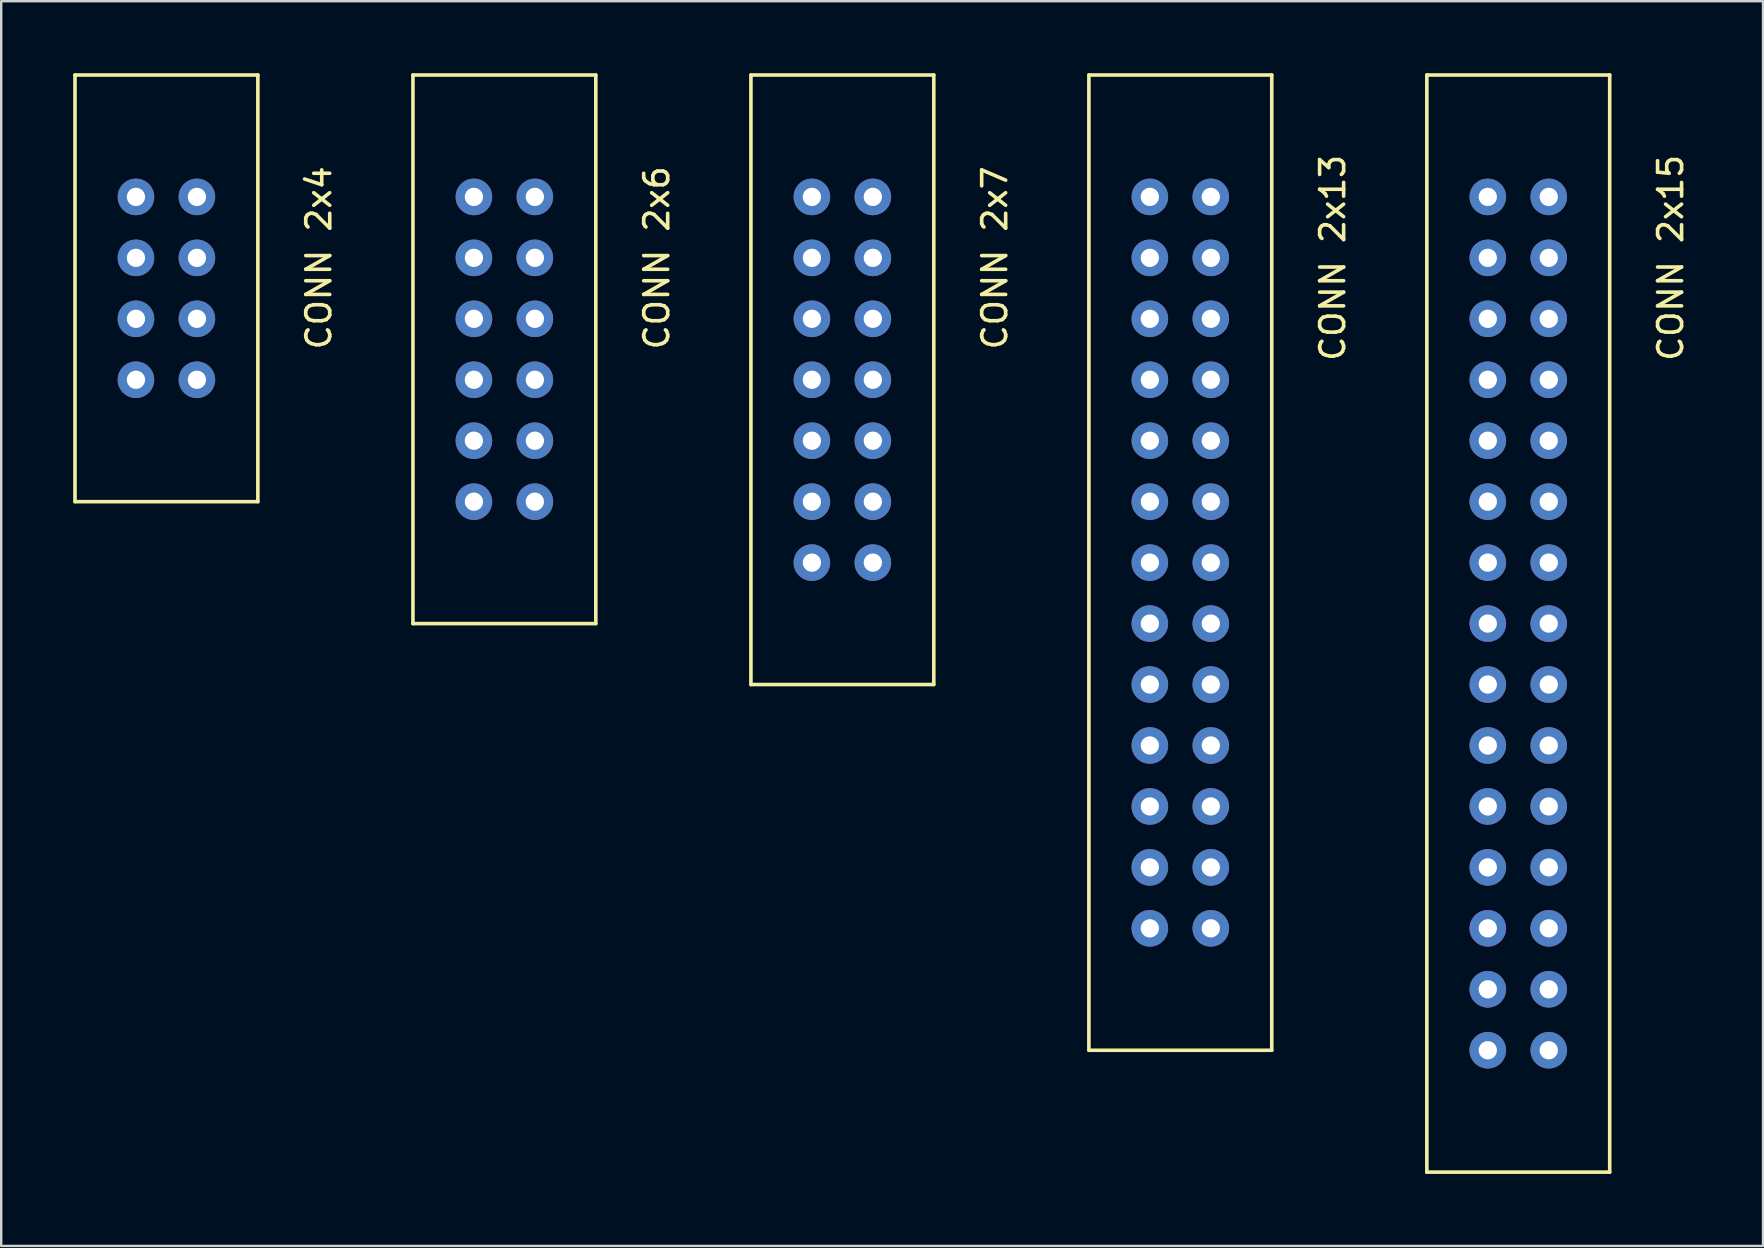
<source format=kicad_pcb>
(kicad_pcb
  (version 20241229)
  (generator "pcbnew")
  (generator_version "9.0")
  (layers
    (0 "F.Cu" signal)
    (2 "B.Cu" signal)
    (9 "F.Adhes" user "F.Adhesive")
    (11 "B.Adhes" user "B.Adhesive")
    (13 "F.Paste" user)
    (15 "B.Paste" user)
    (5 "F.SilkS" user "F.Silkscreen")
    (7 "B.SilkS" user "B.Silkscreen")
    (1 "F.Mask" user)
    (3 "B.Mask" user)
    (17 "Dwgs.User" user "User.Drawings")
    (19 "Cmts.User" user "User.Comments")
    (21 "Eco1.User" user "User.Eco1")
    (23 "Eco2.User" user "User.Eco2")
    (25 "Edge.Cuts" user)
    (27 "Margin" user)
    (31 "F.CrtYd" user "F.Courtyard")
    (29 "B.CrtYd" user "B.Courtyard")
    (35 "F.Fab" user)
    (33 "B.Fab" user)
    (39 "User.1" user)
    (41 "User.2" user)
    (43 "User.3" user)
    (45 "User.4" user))
  (footprint "CONN 2x7"
    (layer "F.Cu")
    (at 33.322 2.615)
    (property "Reference" "CONN 2x7" (at 5.08 5.08 90) (layer "F.SilkS") (effects (font (size 1 1) (thickness 0.15))))
    (attr through_hole)
    (fp_line (start -5.08 -2.54) (end 2.54 -2.54) (stroke (width 0.15) (type solid)) (layer "F.SilkS"))
    (fp_line (start -5.08 22.86) (end -5.08 -2.54) (stroke (width 0.15) (type solid)) (layer "F.SilkS"))
    (fp_line (start 2.54 -2.54) (end 2.54 22.86) (stroke (width 0.15) (type solid)) (layer "F.SilkS"))
    (fp_line (start 2.54 22.86) (end -5.08 22.86) (stroke (width 0.15) (type solid)) (layer "F.SilkS"))
    (pad "1" thru_hole circle (at -2.54 2.54) (size 1.524 1.524) (drill 0.762) (layers "*.Cu" "*.Mask"))
    (pad "2" thru_hole circle (at 0 2.54) (size 1.524 1.524) (drill 0.762) (layers "*.Cu" "*.Mask"))
    (pad "3" thru_hole circle (at -2.54 5.08) (size 1.524 1.524) (drill 0.762) (layers "*.Cu" "*.Mask"))
    (pad "4" thru_hole circle (at 0 5.08) (size 1.524 1.524) (drill 0.762) (layers "*.Cu" "*.Mask"))
    (pad "5" thru_hole circle (at -2.54 7.62) (size 1.524 1.524) (drill 0.762) (layers "*.Cu" "*.Mask"))
    (pad "6" thru_hole circle (at 0 7.62) (size 1.524 1.524) (drill 0.762) (layers "*.Cu" "*.Mask"))
    (pad "7" thru_hole circle (at -2.54 10.16) (size 1.524 1.524) (drill 0.762) (layers "*.Cu" "*.Mask"))
    (pad "8" thru_hole circle (at 0 10.16) (size 1.524 1.524) (drill 0.762) (layers "*.Cu" "*.Mask"))
    (pad "9" thru_hole circle (at -2.54 12.7) (size 1.524 1.524) (drill 0.762) (layers "*.Cu" "*.Mask"))
    (pad "10" thru_hole circle (at 0 12.7) (size 1.524 1.524) (drill 0.762) (layers "*.Cu" "*.Mask"))
    (pad "11" thru_hole circle (at -2.54 15.24) (size 1.524 1.524) (drill 0.762) (layers "*.Cu" "*.Mask"))
    (pad "12" thru_hole circle (at 0 15.24) (size 1.524 1.524) (drill 0.762) (layers "*.Cu" "*.Mask"))
    (pad "13" thru_hole circle (at -2.54 17.78) (size 1.524 1.524) (drill 0.762) (layers "*.Cu" "*.Mask"))
    (pad "14" thru_hole circle (at 0 17.78) (size 1.524 1.524) (drill 0.762) (layers "*.Cu" "*.Mask")))
  (footprint "CONN 2x4"
    (layer "F.Cu")
    (at 2.615 5.155)
    (property "Reference" "CONN 2x4" (at 7.62 2.54 90) (layer "F.SilkS") (effects (font (size 1 1) (thickness 0.15))))
    (attr through_hole)
    (fp_line (start -2.54 -5.08) (end 5.08 -5.08) (stroke (width 0.15) (type solid)) (layer "F.SilkS"))
    (fp_line (start -2.54 12.7) (end -2.54 -5.08) (stroke (width 0.15) (type solid)) (layer "F.SilkS"))
    (fp_line (start 5.08 -5.08) (end 5.08 12.7) (stroke (width 0.15) (type solid)) (layer "F.SilkS"))
    (fp_line (start 5.08 12.7) (end -2.54 12.7) (stroke (width 0.15) (type solid)) (layer "F.SilkS"))
    (pad "1" thru_hole circle (at 0 0) (size 1.524 1.524) (drill 0.762) (layers "*.Cu" "*.Mask"))
    (pad "2" thru_hole circle (at 2.54 0) (size 1.524 1.524) (drill 0.762) (layers "*.Cu" "*.Mask"))
    (pad "3" thru_hole circle (at 0 2.54) (size 1.524 1.524) (drill 0.762) (layers "*.Cu" "*.Mask"))
    (pad "4" thru_hole circle (at 2.54 2.54) (size 1.524 1.524) (drill 0.762) (layers "*.Cu" "*.Mask"))
    (pad "5" thru_hole circle (at 0 5.08) (size 1.524 1.524) (drill 0.762) (layers "*.Cu" "*.Mask"))
    (pad "6" thru_hole circle (at 2.54 5.08) (size 1.524 1.524) (drill 0.762) (layers "*.Cu" "*.Mask"))
    (pad "7" thru_hole circle (at 0 7.62) (size 1.524 1.524) (drill 0.762) (layers "*.Cu" "*.Mask"))
    (pad "8" thru_hole circle (at 2.54 7.62) (size 1.524 1.524) (drill 0.762) (layers "*.Cu" "*.Mask")))
  (footprint "CONN 2x6"
    (layer "F.Cu")
    (at 19.238 2.615)
    (property "Reference" "CONN 2x6" (at 5.08 5.08 90) (layer "F.SilkS") (effects (font (size 1 1) (thickness 0.15))))
    (attr through_hole)
    (fp_line (start -5.08 -2.54) (end 2.54 -2.54) (stroke (width 0.15) (type solid)) (layer "F.SilkS"))
    (fp_line (start -5.08 20.32) (end -5.08 -2.54) (stroke (width 0.15) (type solid)) (layer "F.SilkS"))
    (fp_line (start 2.54 -2.54) (end 2.54 20.32) (stroke (width 0.15) (type solid)) (layer "F.SilkS"))
    (fp_line (start 2.54 20.32) (end -5.08 20.32) (stroke (width 0.15) (type solid)) (layer "F.SilkS"))
    (pad "1" thru_hole circle (at -2.54 2.54) (size 1.524 1.524) (drill 0.762) (layers "*.Cu" "*.Mask"))
    (pad "2" thru_hole circle (at 0 2.54) (size 1.524 1.524) (drill 0.762) (layers "*.Cu" "*.Mask"))
    (pad "3" thru_hole circle (at -2.54 5.08) (size 1.524 1.524) (drill 0.762) (layers "*.Cu" "*.Mask"))
    (pad "4" thru_hole circle (at 0 5.08) (size 1.524 1.524) (drill 0.762) (layers "*.Cu" "*.Mask"))
    (pad "5" thru_hole circle (at -2.54 7.62) (size 1.524 1.524) (drill 0.762) (layers "*.Cu" "*.Mask"))
    (pad "6" thru_hole circle (at 0 7.62) (size 1.524 1.524) (drill 0.762) (layers "*.Cu" "*.Mask"))
    (pad "7" thru_hole circle (at -2.54 10.16) (size 1.524 1.524) (drill 0.762) (layers "*.Cu" "*.Mask"))
    (pad "8" thru_hole circle (at 0 10.16) (size 1.524 1.524) (drill 0.762) (layers "*.Cu" "*.Mask"))
    (pad "9" thru_hole circle (at -2.54 12.7) (size 1.524 1.524) (drill 0.762) (layers "*.Cu" "*.Mask"))
    (pad "10" thru_hole circle (at 0 12.7) (size 1.524 1.524) (drill 0.762) (layers "*.Cu" "*.Mask"))
    (pad "11" thru_hole circle (at -2.54 15.24) (size 1.524 1.524) (drill 0.762) (layers "*.Cu" "*.Mask"))
    (pad "12" thru_hole circle (at 0 15.24) (size 1.524 1.524) (drill 0.762) (layers "*.Cu" "*.Mask")))
  (footprint "CONN 2x13"
    (layer "F.Cu")
    (at 44.865 2.615)
    (property "Reference" "CONN 2x13" (at 7.62 5.08 90) (layer "F.SilkS") (effects (font (size 1 1) (thickness 0.15))))
    (attr through_hole)
    (fp_line (start -2.54 -2.54) (end 5.08 -2.54) (stroke (width 0.15) (type solid)) (layer "F.SilkS"))
    (fp_line (start -2.54 38.1) (end -2.54 -2.54) (stroke (width 0.15) (type solid)) (layer "F.SilkS"))
    (fp_line (start 5.08 -2.54) (end 5.08 38.1) (stroke (width 0.15) (type solid)) (layer "F.SilkS"))
    (fp_line (start 5.08 38.1) (end -2.54 38.1) (stroke (width 0.15) (type solid)) (layer "F.SilkS"))
    (pad "1" thru_hole circle (at 0 2.54) (size 1.524 1.524) (drill 0.762) (layers "*.Cu" "*.Mask"))
    (pad "2" thru_hole circle (at 2.54 2.54) (size 1.524 1.524) (drill 0.762) (layers "*.Cu" "*.Mask"))
    (pad "3" thru_hole circle (at 0 5.08) (size 1.524 1.524) (drill 0.762) (layers "*.Cu" "*.Mask"))
    (pad "4" thru_hole circle (at 2.54 5.08) (size 1.524 1.524) (drill 0.762) (layers "*.Cu" "*.Mask"))
    (pad "5" thru_hole circle (at 0 7.62) (size 1.524 1.524) (drill 0.762) (layers "*.Cu" "*.Mask"))
    (pad "6" thru_hole circle (at 2.54 7.62) (size 1.524 1.524) (drill 0.762) (layers "*.Cu" "*.Mask"))
    (pad "7" thru_hole circle (at 0 10.16) (size 1.524 1.524) (drill 0.762) (layers "*.Cu" "*.Mask"))
    (pad "8" thru_hole circle (at 2.54 10.16) (size 1.524 1.524) (drill 0.762) (layers "*.Cu" "*.Mask"))
    (pad "9" thru_hole circle (at 0 12.7) (size 1.524 1.524) (drill 0.762) (layers "*.Cu" "*.Mask"))
    (pad "10" thru_hole circle (at 2.54 12.7) (size 1.524 1.524) (drill 0.762) (layers "*.Cu" "*.Mask"))
    (pad "11" thru_hole circle (at 0 15.24) (size 1.524 1.524) (drill 0.762) (layers "*.Cu" "*.Mask"))
    (pad "12" thru_hole circle (at 2.54 15.24) (size 1.524 1.524) (drill 0.762) (layers "*.Cu" "*.Mask"))
    (pad "13" thru_hole circle (at 0 17.78) (size 1.524 1.524) (drill 0.762) (layers "*.Cu" "*.Mask"))
    (pad "14" thru_hole circle (at 2.54 17.78) (size 1.524 1.524) (drill 0.762) (layers "*.Cu" "*.Mask"))
    (pad "15" thru_hole circle (at 0 20.32) (size 1.524 1.524) (drill 0.762) (layers "*.Cu" "*.Mask"))
    (pad "16" thru_hole circle (at 2.54 20.32) (size 1.524 1.524) (drill 0.762) (layers "*.Cu" "*.Mask"))
    (pad "17" thru_hole circle (at 0 22.86) (size 1.524 1.524) (drill 0.762) (layers "*.Cu" "*.Mask"))
    (pad "18" thru_hole circle (at 2.54 22.86) (size 1.524 1.524) (drill 0.762) (layers "*.Cu" "*.Mask"))
    (pad "19" thru_hole circle (at 0 25.4) (size 1.524 1.524) (drill 0.762) (layers "*.Cu" "*.Mask"))
    (pad "20" thru_hole circle (at 2.54 25.4) (size 1.524 1.524) (drill 0.762) (layers "*.Cu" "*.Mask"))
    (pad "21" thru_hole circle (at 0 27.94) (size 1.524 1.524) (drill 0.762) (layers "*.Cu" "*.Mask"))
    (pad "22" thru_hole circle (at 2.54 27.94) (size 1.524 1.524) (drill 0.762) (layers "*.Cu" "*.Mask"))
    (pad "23" thru_hole circle (at 0 30.48) (size 1.524 1.524) (drill 0.762) (layers "*.Cu" "*.Mask"))
    (pad "24" thru_hole circle (at 2.54 30.48) (size 1.524 1.524) (drill 0.762) (layers "*.Cu" "*.Mask"))
    (pad "25" thru_hole circle (at 0 33.02) (size 1.524 1.524) (drill 0.762) (layers "*.Cu" "*.Mask"))
    (pad "26" thru_hole circle (at 2.54 33.02) (size 1.524 1.524) (drill 0.762) (layers "*.Cu" "*.Mask")))
  (footprint "CONN 2x15"
    (layer "F.Cu")
    (at 61.488 2.615)
    (property "Reference" "CONN 2x15" (at 5.08 5.08 90) (layer "F.SilkS") (effects (font (size 1 1) (thickness 0.15))))
    (attr through_hole)
    (fp_line (start -5.08 -2.54) (end 2.54 -2.54) (stroke (width 0.15) (type solid)) (layer "F.SilkS"))
    (fp_line (start -5.08 43.18) (end -5.08 -2.54) (stroke (width 0.15) (type solid)) (layer "F.SilkS"))
    (fp_line (start 2.54 -2.54) (end 2.54 43.18) (stroke (width 0.15) (type solid)) (layer "F.SilkS"))
    (fp_line (start 2.54 43.18) (end -5.08 43.18) (stroke (width 0.15) (type solid)) (layer "F.SilkS"))
    (pad "1" thru_hole circle (at -2.54 2.54) (size 1.524 1.524) (drill 0.762) (layers "*.Cu" "*.Mask"))
    (pad "2" thru_hole circle (at 0 2.54) (size 1.524 1.524) (drill 0.762) (layers "*.Cu" "*.Mask"))
    (pad "3" thru_hole circle (at -2.54 5.08) (size 1.524 1.524) (drill 0.762) (layers "*.Cu" "*.Mask"))
    (pad "4" thru_hole circle (at 0 5.08) (size 1.524 1.524) (drill 0.762) (layers "*.Cu" "*.Mask"))
    (pad "5" thru_hole circle (at -2.54 7.62) (size 1.524 1.524) (drill 0.762) (layers "*.Cu" "*.Mask"))
    (pad "6" thru_hole circle (at 0 7.62) (size 1.524 1.524) (drill 0.762) (layers "*.Cu" "*.Mask"))
    (pad "7" thru_hole circle (at -2.54 10.16) (size 1.524 1.524) (drill 0.762) (layers "*.Cu" "*.Mask"))
    (pad "8" thru_hole circle (at 0 10.16) (size 1.524 1.524) (drill 0.762) (layers "*.Cu" "*.Mask"))
    (pad "9" thru_hole circle (at -2.54 12.7) (size 1.524 1.524) (drill 0.762) (layers "*.Cu" "*.Mask"))
    (pad "10" thru_hole circle (at 0 12.7) (size 1.524 1.524) (drill 0.762) (layers "*.Cu" "*.Mask"))
    (pad "11" thru_hole circle (at -2.54 15.24) (size 1.524 1.524) (drill 0.762) (layers "*.Cu" "*.Mask"))
    (pad "12" thru_hole circle (at 0 15.24) (size 1.524 1.524) (drill 0.762) (layers "*.Cu" "*.Mask"))
    (pad "13" thru_hole circle (at -2.54 17.78) (size 1.524 1.524) (drill 0.762) (layers "*.Cu" "*.Mask"))
    (pad "14" thru_hole circle (at 0 17.78) (size 1.524 1.524) (drill 0.762) (layers "*.Cu" "*.Mask"))
    (pad "15" thru_hole circle (at -2.54 20.32) (size 1.524 1.524) (drill 0.762) (layers "*.Cu" "*.Mask"))
    (pad "16" thru_hole circle (at 0 20.32) (size 1.524 1.524) (drill 0.762) (layers "*.Cu" "*.Mask"))
    (pad "17" thru_hole circle (at -2.54 22.86) (size 1.524 1.524) (drill 0.762) (layers "*.Cu" "*.Mask"))
    (pad "18" thru_hole circle (at 0 22.86) (size 1.524 1.524) (drill 0.762) (layers "*.Cu" "*.Mask"))
    (pad "19" thru_hole circle (at -2.54 25.4) (size 1.524 1.524) (drill 0.762) (layers "*.Cu" "*.Mask"))
    (pad "20" thru_hole circle (at 0 25.4) (size 1.524 1.524) (drill 0.762) (layers "*.Cu" "*.Mask"))
    (pad "21" thru_hole circle (at -2.54 27.94) (size 1.524 1.524) (drill 0.762) (layers "*.Cu" "*.Mask"))
    (pad "22" thru_hole circle (at 0 27.94) (size 1.524 1.524) (drill 0.762) (layers "*.Cu" "*.Mask"))
    (pad "23" thru_hole circle (at -2.54 30.48) (size 1.524 1.524) (drill 0.762) (layers "*.Cu" "*.Mask"))
    (pad "24" thru_hole circle (at 0 30.48) (size 1.524 1.524) (drill 0.762) (layers "*.Cu" "*.Mask"))
    (pad "25" thru_hole circle (at -2.54 33.02) (size 1.524 1.524) (drill 0.762) (layers "*.Cu" "*.Mask"))
    (pad "26" thru_hole circle (at 0 33.02) (size 1.524 1.524) (drill 0.762) (layers "*.Cu" "*.Mask"))
    (pad "27" thru_hole circle (at -2.54 35.56) (size 1.524 1.524) (drill 0.762) (layers "*.Cu" "*.Mask"))
    (pad "28" thru_hole circle (at 0 35.56) (size 1.524 1.524) (drill 0.762) (layers "*.Cu" "*.Mask"))
    (pad "29" thru_hole circle (at -2.54 38.1) (size 1.524 1.524) (drill 0.762) (layers "*.Cu" "*.Mask"))
    (pad "30" thru_hole circle (at 0 38.1) (size 1.524 1.524) (drill 0.762) (layers "*.Cu" "*.Mask")))
  (gr_rect
    (start -3 -3)
    (end 70.416 48.87)
    (stroke (width 0.1) (type default))
    (fill no)
    (layer "Edge.Cuts")))
</source>
